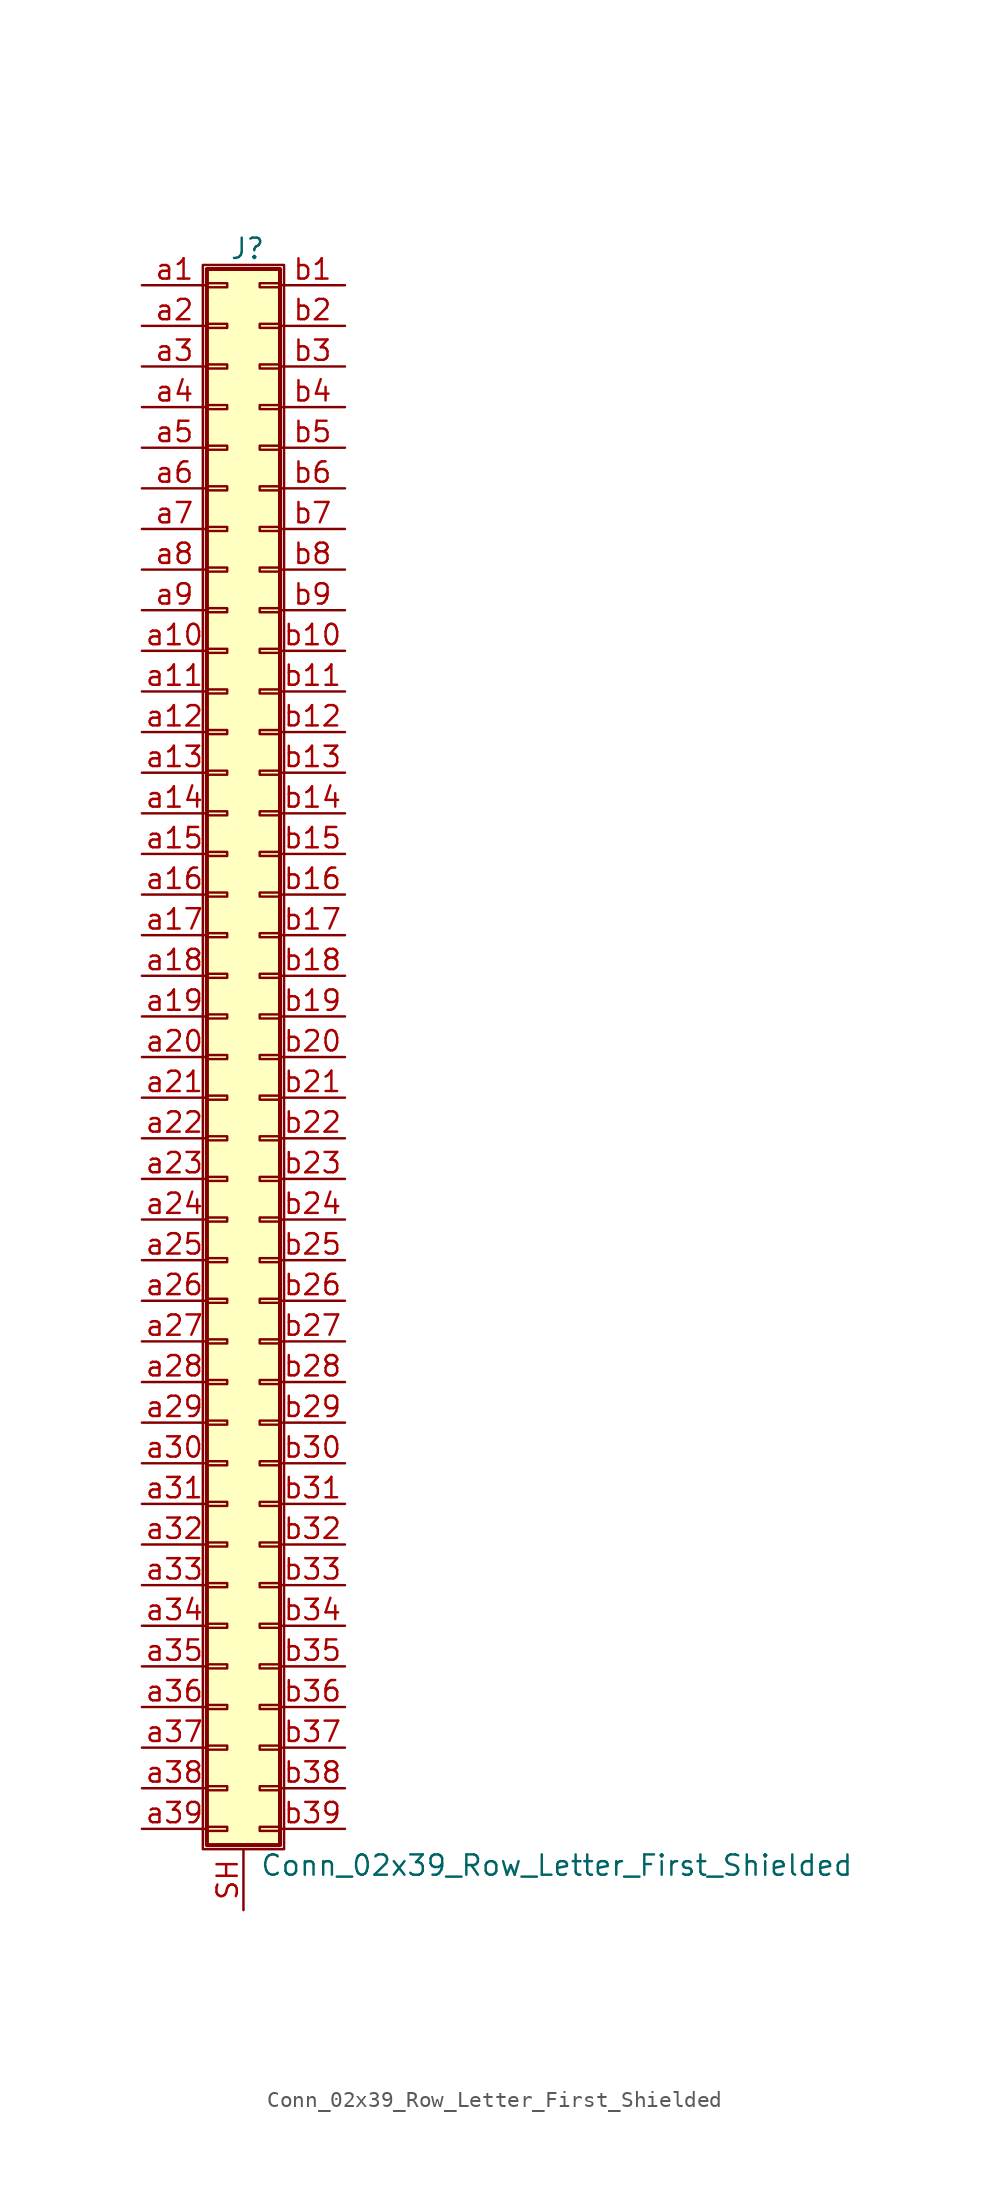
<source format=kicad_sym>
(kicad_symbol_lib
  (version 20201005)
  (generator kicad_symbol_editor)
  (symbol "Conn_02x39_Row_Letter_First_Shielded"
    (pin_names
      (offset 1.016) hide)
    (property "Reference" "J"
      (at 1.524 50.546 0)
      (effects (font (size 1.27 1.27))))
    (property "Value" "Conn_02x39_Row_Letter_First_Shielded"
      (at 2.286 -50.546 0)
      (effects (font (size 1.27 1.27)) (justify left)))
    (symbol "Conn_02x39_Row_Letter_First_Shielded_1_1"
      (rectangle (start -1.27 49.53) (end 3.81 -49.53) (stroke (width 0.152)) (fill (type none)))
      (rectangle (start -1.016 -48.133) (end 0.254 -48.387) (stroke (width 0.152)) (fill (type none)))
      (rectangle (start -1.016 -45.593) (end 0.254 -45.847) (stroke (width 0.152)) (fill (type none)))
      (rectangle (start -1.016 -43.053) (end 0.254 -43.307) (stroke (width 0.152)) (fill (type none)))
      (rectangle (start -1.016 -40.513) (end 0.254 -40.767) (stroke (width 0.152)) (fill (type none)))
      (rectangle (start -1.016 -37.973) (end 0.254 -38.227) (stroke (width 0.152)) (fill (type none)))
      (rectangle (start -1.016 -35.433) (end 0.254 -35.687) (stroke (width 0.152)) (fill (type none)))
      (rectangle (start -1.016 -32.893) (end 0.254 -33.147) (stroke (width 0.152)) (fill (type none)))
      (rectangle (start -1.016 -30.353) (end 0.254 -30.607) (stroke (width 0.152)) (fill (type none)))
      (rectangle (start -1.016 -27.813) (end 0.254 -28.067) (stroke (width 0.152)) (fill (type none)))
      (rectangle (start -1.016 -25.273) (end 0.254 -25.527) (stroke (width 0.152)) (fill (type none)))
      (rectangle (start -1.016 -22.733) (end 0.254 -22.987) (stroke (width 0.152)) (fill (type none)))
      (rectangle (start -1.016 -20.193) (end 0.254 -20.447) (stroke (width 0.152)) (fill (type none)))
      (rectangle (start -1.016 -17.653) (end 0.254 -17.907) (stroke (width 0.152)) (fill (type none)))
      (rectangle (start -1.016 -15.113) (end 0.254 -15.367) (stroke (width 0.152)) (fill (type none)))
      (rectangle (start -1.016 -12.573) (end 0.254 -12.827) (stroke (width 0.152)) (fill (type none)))
      (rectangle (start -1.016 -10.033) (end 0.254 -10.287) (stroke (width 0.152)) (fill (type none)))
      (rectangle (start -1.016 -7.493) (end 0.254 -7.747) (stroke (width 0.152)) (fill (type none)))
      (rectangle (start -1.016 -4.953) (end 0.254 -5.207) (stroke (width 0.152)) (fill (type none)))
      (rectangle (start -1.016 -2.413) (end 0.254 -2.667) (stroke (width 0.152)) (fill (type none)))
      (rectangle (start -1.016 0.127) (end 0.254 -0.127) (stroke (width 0.152)) (fill (type none)))
      (rectangle (start -1.016 2.667) (end 0.254 2.413) (stroke (width 0.152)) (fill (type none)))
      (rectangle (start -1.016 5.207) (end 0.254 4.953) (stroke (width 0.152)) (fill (type none)))
      (rectangle (start -1.016 7.747) (end 0.254 7.493) (stroke (width 0.152)) (fill (type none)))
      (rectangle (start -1.016 10.287) (end 0.254 10.033) (stroke (width 0.152)) (fill (type none)))
      (rectangle (start -1.016 12.827) (end 0.254 12.573) (stroke (width 0.152)) (fill (type none)))
      (rectangle (start -1.016 15.367) (end 0.254 15.113) (stroke (width 0.152)) (fill (type none)))
      (rectangle (start -1.016 17.907) (end 0.254 17.653) (stroke (width 0.152)) (fill (type none)))
      (rectangle (start -1.016 20.447) (end 0.254 20.193) (stroke (width 0.152)) (fill (type none)))
      (rectangle (start -1.016 22.987) (end 0.254 22.733) (stroke (width 0.152)) (fill (type none)))
      (rectangle (start -1.016 25.527) (end 0.254 25.273) (stroke (width 0.152)) (fill (type none)))
      (rectangle (start -1.016 28.067) (end 0.254 27.813) (stroke (width 0.152)) (fill (type none)))
      (rectangle (start -1.016 30.607) (end 0.254 30.353) (stroke (width 0.152)) (fill (type none)))
      (rectangle (start -1.016 33.147) (end 0.254 32.893) (stroke (width 0.152)) (fill (type none)))
      (rectangle (start -1.016 35.687) (end 0.254 35.433) (stroke (width 0.152)) (fill (type none)))
      (rectangle (start -1.016 38.227) (end 0.254 37.973) (stroke (width 0.152)) (fill (type none)))
      (rectangle (start -1.016 40.767) (end 0.254 40.513) (stroke (width 0.152)) (fill (type none)))
      (rectangle (start -1.016 43.307) (end 0.254 43.053) (stroke (width 0.152)) (fill (type none)))
      (rectangle (start -1.016 45.847) (end 0.254 45.593) (stroke (width 0.152)) (fill (type none)))
      (rectangle (start -1.016 48.387) (end 0.254 48.133) (stroke (width 0.152)) (fill (type none)))
      (rectangle (start 3.556 -48.133) (end 2.286 -48.387) (stroke (width 0.152)) (fill (type none)))
      (rectangle (start 3.556 -45.593) (end 2.286 -45.847) (stroke (width 0.152)) (fill (type none)))
      (rectangle (start 3.556 -43.053) (end 2.286 -43.307) (stroke (width 0.152)) (fill (type none)))
      (rectangle (start 3.556 -40.513) (end 2.286 -40.767) (stroke (width 0.152)) (fill (type none)))
      (rectangle (start 3.556 -37.973) (end 2.286 -38.227) (stroke (width 0.152)) (fill (type none)))
      (rectangle (start 3.556 -35.433) (end 2.286 -35.687) (stroke (width 0.152)) (fill (type none)))
      (rectangle (start 3.556 -32.893) (end 2.286 -33.147) (stroke (width 0.152)) (fill (type none)))
      (rectangle (start 3.556 -30.353) (end 2.286 -30.607) (stroke (width 0.152)) (fill (type none)))
      (rectangle (start 3.556 -27.813) (end 2.286 -28.067) (stroke (width 0.152)) (fill (type none)))
      (rectangle (start 3.556 -25.273) (end 2.286 -25.527) (stroke (width 0.152)) (fill (type none)))
      (rectangle (start 3.556 -22.733) (end 2.286 -22.987) (stroke (width 0.152)) (fill (type none)))
      (rectangle (start 3.556 -20.193) (end 2.286 -20.447) (stroke (width 0.152)) (fill (type none)))
      (rectangle (start 3.556 -17.653) (end 2.286 -17.907) (stroke (width 0.152)) (fill (type none)))
      (rectangle (start 3.556 -15.113) (end 2.286 -15.367) (stroke (width 0.152)) (fill (type none)))
      (rectangle (start 3.556 -12.573) (end 2.286 -12.827) (stroke (width 0.152)) (fill (type none)))
      (rectangle (start 3.556 -10.033) (end 2.286 -10.287) (stroke (width 0.152)) (fill (type none)))
      (rectangle (start 3.556 -7.493) (end 2.286 -7.747) (stroke (width 0.152)) (fill (type none)))
      (rectangle (start 3.556 -4.953) (end 2.286 -5.207) (stroke (width 0.152)) (fill (type none)))
      (rectangle (start 3.556 -2.413) (end 2.286 -2.667) (stroke (width 0.152)) (fill (type none)))
      (rectangle (start 3.556 0.127) (end 2.286 -0.127) (stroke (width 0.152)) (fill (type none)))
      (rectangle (start 3.556 2.667) (end 2.286 2.413) (stroke (width 0.152)) (fill (type none)))
      (rectangle (start 3.556 5.207) (end 2.286 4.953) (stroke (width 0.152)) (fill (type none)))
      (rectangle (start 3.556 7.747) (end 2.286 7.493) (stroke (width 0.152)) (fill (type none)))
      (rectangle (start 3.556 10.287) (end 2.286 10.033) (stroke (width 0.152)) (fill (type none)))
      (rectangle (start 3.556 12.827) (end 2.286 12.573) (stroke (width 0.152)) (fill (type none)))
      (rectangle (start 3.556 15.367) (end 2.286 15.113) (stroke (width 0.152)) (fill (type none)))
      (rectangle (start 3.556 17.907) (end 2.286 17.653) (stroke (width 0.152)) (fill (type none)))
      (rectangle (start 3.556 20.447) (end 2.286 20.193) (stroke (width 0.152)) (fill (type none)))
      (rectangle (start 3.556 22.987) (end 2.286 22.733) (stroke (width 0.152)) (fill (type none)))
      (rectangle (start 3.556 25.527) (end 2.286 25.273) (stroke (width 0.152)) (fill (type none)))
      (rectangle (start 3.556 28.067) (end 2.286 27.813) (stroke (width 0.152)) (fill (type none)))
      (rectangle (start 3.556 30.607) (end 2.286 30.353) (stroke (width 0.152)) (fill (type none)))
      (rectangle (start 3.556 33.147) (end 2.286 32.893) (stroke (width 0.152)) (fill (type none)))
      (rectangle (start 3.556 35.687) (end 2.286 35.433) (stroke (width 0.152)) (fill (type none)))
      (rectangle (start 3.556 38.227) (end 2.286 37.973) (stroke (width 0.152)) (fill (type none)))
      (rectangle (start 3.556 40.767) (end 2.286 40.513) (stroke (width 0.152)) (fill (type none)))
      (rectangle (start 3.556 43.307) (end 2.286 43.053) (stroke (width 0.152)) (fill (type none)))
      (rectangle (start 3.556 45.847) (end 2.286 45.593) (stroke (width 0.152)) (fill (type none)))
      (rectangle (start 3.556 48.387) (end 2.286 48.133) (stroke (width 0.152)) (fill (type none)))
      (rectangle (start -1.016 49.276) (end 3.556 -49.276) (stroke (width 0.254)) (fill (type background)))
      (pin passive line (at 1.27 -53.34 90) (length 3.81) (name "Shield" (effects (font (size 1.27 1.27)))) (number "SH" (effects (font (size 1.27 1.27)))))
      (pin passive line (at -5.08 48.26 0) (length 4.064) (name "Pin_a1" (effects (font (size 1.27 1.27)))) (number "a1" (effects (font (size 1.27 1.27)))))
      (pin passive line (at -5.08 25.4 0) (length 4.064) (name "Pin_a10" (effects (font (size 1.27 1.27)))) (number "a10" (effects (font (size 1.27 1.27)))))
      (pin passive line (at -5.08 22.86 0) (length 4.064) (name "Pin_a11" (effects (font (size 1.27 1.27)))) (number "a11" (effects (font (size 1.27 1.27)))))
      (pin passive line (at -5.08 20.32 0) (length 4.064) (name "Pin_a12" (effects (font (size 1.27 1.27)))) (number "a12" (effects (font (size 1.27 1.27)))))
      (pin passive line (at -5.08 17.78 0) (length 4.064) (name "Pin_a13" (effects (font (size 1.27 1.27)))) (number "a13" (effects (font (size 1.27 1.27)))))
      (pin passive line (at -5.08 15.24 0) (length 4.064) (name "Pin_a14" (effects (font (size 1.27 1.27)))) (number "a14" (effects (font (size 1.27 1.27)))))
      (pin passive line (at -5.08 12.7 0) (length 4.064) (name "Pin_a15" (effects (font (size 1.27 1.27)))) (number "a15" (effects (font (size 1.27 1.27)))))
      (pin passive line (at -5.08 10.16 0) (length 4.064) (name "Pin_a16" (effects (font (size 1.27 1.27)))) (number "a16" (effects (font (size 1.27 1.27)))))
      (pin passive line (at -5.08 7.62 0) (length 4.064) (name "Pin_a17" (effects (font (size 1.27 1.27)))) (number "a17" (effects (font (size 1.27 1.27)))))
      (pin passive line (at -5.08 5.08 0) (length 4.064) (name "Pin_a18" (effects (font (size 1.27 1.27)))) (number "a18" (effects (font (size 1.27 1.27)))))
      (pin passive line (at -5.08 2.54 0) (length 4.064) (name "Pin_a19" (effects (font (size 1.27 1.27)))) (number "a19" (effects (font (size 1.27 1.27)))))
      (pin passive line (at -5.08 45.72 0) (length 4.064) (name "Pin_a2" (effects (font (size 1.27 1.27)))) (number "a2" (effects (font (size 1.27 1.27)))))
      (pin passive line (at -5.08 0 0) (length 4.064) (name "Pin_a20" (effects (font (size 1.27 1.27)))) (number "a20" (effects (font (size 1.27 1.27)))))
      (pin passive line (at -5.08 -2.54 0) (length 4.064) (name "Pin_a21" (effects (font (size 1.27 1.27)))) (number "a21" (effects (font (size 1.27 1.27)))))
      (pin passive line (at -5.08 -5.08 0) (length 4.064) (name "Pin_a22" (effects (font (size 1.27 1.27)))) (number "a22" (effects (font (size 1.27 1.27)))))
      (pin passive line (at -5.08 -7.62 0) (length 4.064) (name "Pin_a23" (effects (font (size 1.27 1.27)))) (number "a23" (effects (font (size 1.27 1.27)))))
      (pin passive line (at -5.08 -10.16 0) (length 4.064) (name "Pin_a24" (effects (font (size 1.27 1.27)))) (number "a24" (effects (font (size 1.27 1.27)))))
      (pin passive line (at -5.08 -12.7 0) (length 4.064) (name "Pin_a25" (effects (font (size 1.27 1.27)))) (number "a25" (effects (font (size 1.27 1.27)))))
      (pin passive line (at -5.08 -15.24 0) (length 4.064) (name "Pin_a26" (effects (font (size 1.27 1.27)))) (number "a26" (effects (font (size 1.27 1.27)))))
      (pin passive line (at -5.08 -17.78 0) (length 4.064) (name "Pin_a27" (effects (font (size 1.27 1.27)))) (number "a27" (effects (font (size 1.27 1.27)))))
      (pin passive line (at -5.08 -20.32 0) (length 4.064) (name "Pin_a28" (effects (font (size 1.27 1.27)))) (number "a28" (effects (font (size 1.27 1.27)))))
      (pin passive line (at -5.08 -22.86 0) (length 4.064) (name "Pin_a29" (effects (font (size 1.27 1.27)))) (number "a29" (effects (font (size 1.27 1.27)))))
      (pin passive line (at -5.08 43.18 0) (length 4.064) (name "Pin_a3" (effects (font (size 1.27 1.27)))) (number "a3" (effects (font (size 1.27 1.27)))))
      (pin passive line (at -5.08 -25.4 0) (length 4.064) (name "Pin_a30" (effects (font (size 1.27 1.27)))) (number "a30" (effects (font (size 1.27 1.27)))))
      (pin passive line (at -5.08 -27.94 0) (length 4.064) (name "Pin_a31" (effects (font (size 1.27 1.27)))) (number "a31" (effects (font (size 1.27 1.27)))))
      (pin passive line (at -5.08 -30.48 0) (length 4.064) (name "Pin_a32" (effects (font (size 1.27 1.27)))) (number "a32" (effects (font (size 1.27 1.27)))))
      (pin passive line (at -5.08 -33.02 0) (length 4.064) (name "Pin_a33" (effects (font (size 1.27 1.27)))) (number "a33" (effects (font (size 1.27 1.27)))))
      (pin passive line (at -5.08 -35.56 0) (length 4.064) (name "Pin_a34" (effects (font (size 1.27 1.27)))) (number "a34" (effects (font (size 1.27 1.27)))))
      (pin passive line (at -5.08 -38.1 0) (length 4.064) (name "Pin_a35" (effects (font (size 1.27 1.27)))) (number "a35" (effects (font (size 1.27 1.27)))))
      (pin passive line (at -5.08 -40.64 0) (length 4.064) (name "Pin_a36" (effects (font (size 1.27 1.27)))) (number "a36" (effects (font (size 1.27 1.27)))))
      (pin passive line (at -5.08 -43.18 0) (length 4.064) (name "Pin_a37" (effects (font (size 1.27 1.27)))) (number "a37" (effects (font (size 1.27 1.27)))))
      (pin passive line (at -5.08 -45.72 0) (length 4.064) (name "Pin_a38" (effects (font (size 1.27 1.27)))) (number "a38" (effects (font (size 1.27 1.27)))))
      (pin passive line (at -5.08 -48.26 0) (length 4.064) (name "Pin_a39" (effects (font (size 1.27 1.27)))) (number "a39" (effects (font (size 1.27 1.27)))))
      (pin passive line (at -5.08 40.64 0) (length 4.064) (name "Pin_a4" (effects (font (size 1.27 1.27)))) (number "a4" (effects (font (size 1.27 1.27)))))
      (pin passive line (at -5.08 38.1 0) (length 4.064) (name "Pin_a5" (effects (font (size 1.27 1.27)))) (number "a5" (effects (font (size 1.27 1.27)))))
      (pin passive line (at -5.08 35.56 0) (length 4.064) (name "Pin_a6" (effects (font (size 1.27 1.27)))) (number "a6" (effects (font (size 1.27 1.27)))))
      (pin passive line (at -5.08 33.02 0) (length 4.064) (name "Pin_a7" (effects (font (size 1.27 1.27)))) (number "a7" (effects (font (size 1.27 1.27)))))
      (pin passive line (at -5.08 30.48 0) (length 4.064) (name "Pin_a8" (effects (font (size 1.27 1.27)))) (number "a8" (effects (font (size 1.27 1.27)))))
      (pin passive line (at -5.08 27.94 0) (length 4.064) (name "Pin_a9" (effects (font (size 1.27 1.27)))) (number "a9" (effects (font (size 1.27 1.27)))))
      (pin passive line (at 7.62 48.26 180) (length 4.064) (name "Pin_b1" (effects (font (size 1.27 1.27)))) (number "b1" (effects (font (size 1.27 1.27)))))
      (pin passive line (at 7.62 25.4 180) (length 4.064) (name "Pin_b10" (effects (font (size 1.27 1.27)))) (number "b10" (effects (font (size 1.27 1.27)))))
      (pin passive line (at 7.62 22.86 180) (length 4.064) (name "Pin_b11" (effects (font (size 1.27 1.27)))) (number "b11" (effects (font (size 1.27 1.27)))))
      (pin passive line (at 7.62 20.32 180) (length 4.064) (name "Pin_b12" (effects (font (size 1.27 1.27)))) (number "b12" (effects (font (size 1.27 1.27)))))
      (pin passive line (at 7.62 17.78 180) (length 4.064) (name "Pin_b13" (effects (font (size 1.27 1.27)))) (number "b13" (effects (font (size 1.27 1.27)))))
      (pin passive line (at 7.62 15.24 180) (length 4.064) (name "Pin_b14" (effects (font (size 1.27 1.27)))) (number "b14" (effects (font (size 1.27 1.27)))))
      (pin passive line (at 7.62 12.7 180) (length 4.064) (name "Pin_b15" (effects (font (size 1.27 1.27)))) (number "b15" (effects (font (size 1.27 1.27)))))
      (pin passive line (at 7.62 10.16 180) (length 4.064) (name "Pin_b16" (effects (font (size 1.27 1.27)))) (number "b16" (effects (font (size 1.27 1.27)))))
      (pin passive line (at 7.62 7.62 180) (length 4.064) (name "Pin_b17" (effects (font (size 1.27 1.27)))) (number "b17" (effects (font (size 1.27 1.27)))))
      (pin passive line (at 7.62 5.08 180) (length 4.064) (name "Pin_b18" (effects (font (size 1.27 1.27)))) (number "b18" (effects (font (size 1.27 1.27)))))
      (pin passive line (at 7.62 2.54 180) (length 4.064) (name "Pin_b19" (effects (font (size 1.27 1.27)))) (number "b19" (effects (font (size 1.27 1.27)))))
      (pin passive line (at 7.62 45.72 180) (length 4.064) (name "Pin_b2" (effects (font (size 1.27 1.27)))) (number "b2" (effects (font (size 1.27 1.27)))))
      (pin passive line (at 7.62 0 180) (length 4.064) (name "Pin_b20" (effects (font (size 1.27 1.27)))) (number "b20" (effects (font (size 1.27 1.27)))))
      (pin passive line (at 7.62 -2.54 180) (length 4.064) (name "Pin_b21" (effects (font (size 1.27 1.27)))) (number "b21" (effects (font (size 1.27 1.27)))))
      (pin passive line (at 7.62 -5.08 180) (length 4.064) (name "Pin_b22" (effects (font (size 1.27 1.27)))) (number "b22" (effects (font (size 1.27 1.27)))))
      (pin passive line (at 7.62 -7.62 180) (length 4.064) (name "Pin_b23" (effects (font (size 1.27 1.27)))) (number "b23" (effects (font (size 1.27 1.27)))))
      (pin passive line (at 7.62 -10.16 180) (length 4.064) (name "Pin_b24" (effects (font (size 1.27 1.27)))) (number "b24" (effects (font (size 1.27 1.27)))))
      (pin passive line (at 7.62 -12.7 180) (length 4.064) (name "Pin_b25" (effects (font (size 1.27 1.27)))) (number "b25" (effects (font (size 1.27 1.27)))))
      (pin passive line (at 7.62 -15.24 180) (length 4.064) (name "Pin_b26" (effects (font (size 1.27 1.27)))) (number "b26" (effects (font (size 1.27 1.27)))))
      (pin passive line (at 7.62 -17.78 180) (length 4.064) (name "Pin_b27" (effects (font (size 1.27 1.27)))) (number "b27" (effects (font (size 1.27 1.27)))))
      (pin passive line (at 7.62 -20.32 180) (length 4.064) (name "Pin_b28" (effects (font (size 1.27 1.27)))) (number "b28" (effects (font (size 1.27 1.27)))))
      (pin passive line (at 7.62 -22.86 180) (length 4.064) (name "Pin_b29" (effects (font (size 1.27 1.27)))) (number "b29" (effects (font (size 1.27 1.27)))))
      (pin passive line (at 7.62 43.18 180) (length 4.064) (name "Pin_b3" (effects (font (size 1.27 1.27)))) (number "b3" (effects (font (size 1.27 1.27)))))
      (pin passive line (at 7.62 -25.4 180) (length 4.064) (name "Pin_b30" (effects (font (size 1.27 1.27)))) (number "b30" (effects (font (size 1.27 1.27)))))
      (pin passive line (at 7.62 -27.94 180) (length 4.064) (name "Pin_b31" (effects (font (size 1.27 1.27)))) (number "b31" (effects (font (size 1.27 1.27)))))
      (pin passive line (at 7.62 -30.48 180) (length 4.064) (name "Pin_b32" (effects (font (size 1.27 1.27)))) (number "b32" (effects (font (size 1.27 1.27)))))
      (pin passive line (at 7.62 -33.02 180) (length 4.064) (name "Pin_b33" (effects (font (size 1.27 1.27)))) (number "b33" (effects (font (size 1.27 1.27)))))
      (pin passive line (at 7.62 -35.56 180) (length 4.064) (name "Pin_b34" (effects (font (size 1.27 1.27)))) (number "b34" (effects (font (size 1.27 1.27)))))
      (pin passive line (at 7.62 -38.1 180) (length 4.064) (name "Pin_b35" (effects (font (size 1.27 1.27)))) (number "b35" (effects (font (size 1.27 1.27)))))
      (pin passive line (at 7.62 -40.64 180) (length 4.064) (name "Pin_b36" (effects (font (size 1.27 1.27)))) (number "b36" (effects (font (size 1.27 1.27)))))
      (pin passive line (at 7.62 -43.18 180) (length 4.064) (name "Pin_b37" (effects (font (size 1.27 1.27)))) (number "b37" (effects (font (size 1.27 1.27)))))
      (pin passive line (at 7.62 -45.72 180) (length 4.064) (name "Pin_b38" (effects (font (size 1.27 1.27)))) (number "b38" (effects (font (size 1.27 1.27)))))
      (pin passive line (at 7.62 -48.26 180) (length 4.064) (name "Pin_b39" (effects (font (size 1.27 1.27)))) (number "b39" (effects (font (size 1.27 1.27)))))
      (pin passive line (at 7.62 40.64 180) (length 4.064) (name "Pin_b4" (effects (font (size 1.27 1.27)))) (number "b4" (effects (font (size 1.27 1.27)))))
      (pin passive line (at 7.62 38.1 180) (length 4.064) (name "Pin_b5" (effects (font (size 1.27 1.27)))) (number "b5" (effects (font (size 1.27 1.27)))))
      (pin passive line (at 7.62 35.56 180) (length 4.064) (name "Pin_b6" (effects (font (size 1.27 1.27)))) (number "b6" (effects (font (size 1.27 1.27)))))
      (pin passive line (at 7.62 33.02 180) (length 4.064) (name "Pin_b7" (effects (font (size 1.27 1.27)))) (number "b7" (effects (font (size 1.27 1.27)))))
      (pin passive line (at 7.62 30.48 180) (length 4.064) (name "Pin_b8" (effects (font (size 1.27 1.27)))) (number "b8" (effects (font (size 1.27 1.27)))))
      (pin passive line (at 7.62 27.94 180) (length 4.064) (name "Pin_b9" (effects (font (size 1.27 1.27)))) (number "b9" (effects (font (size 1.27 1.27))))))))
</source>
